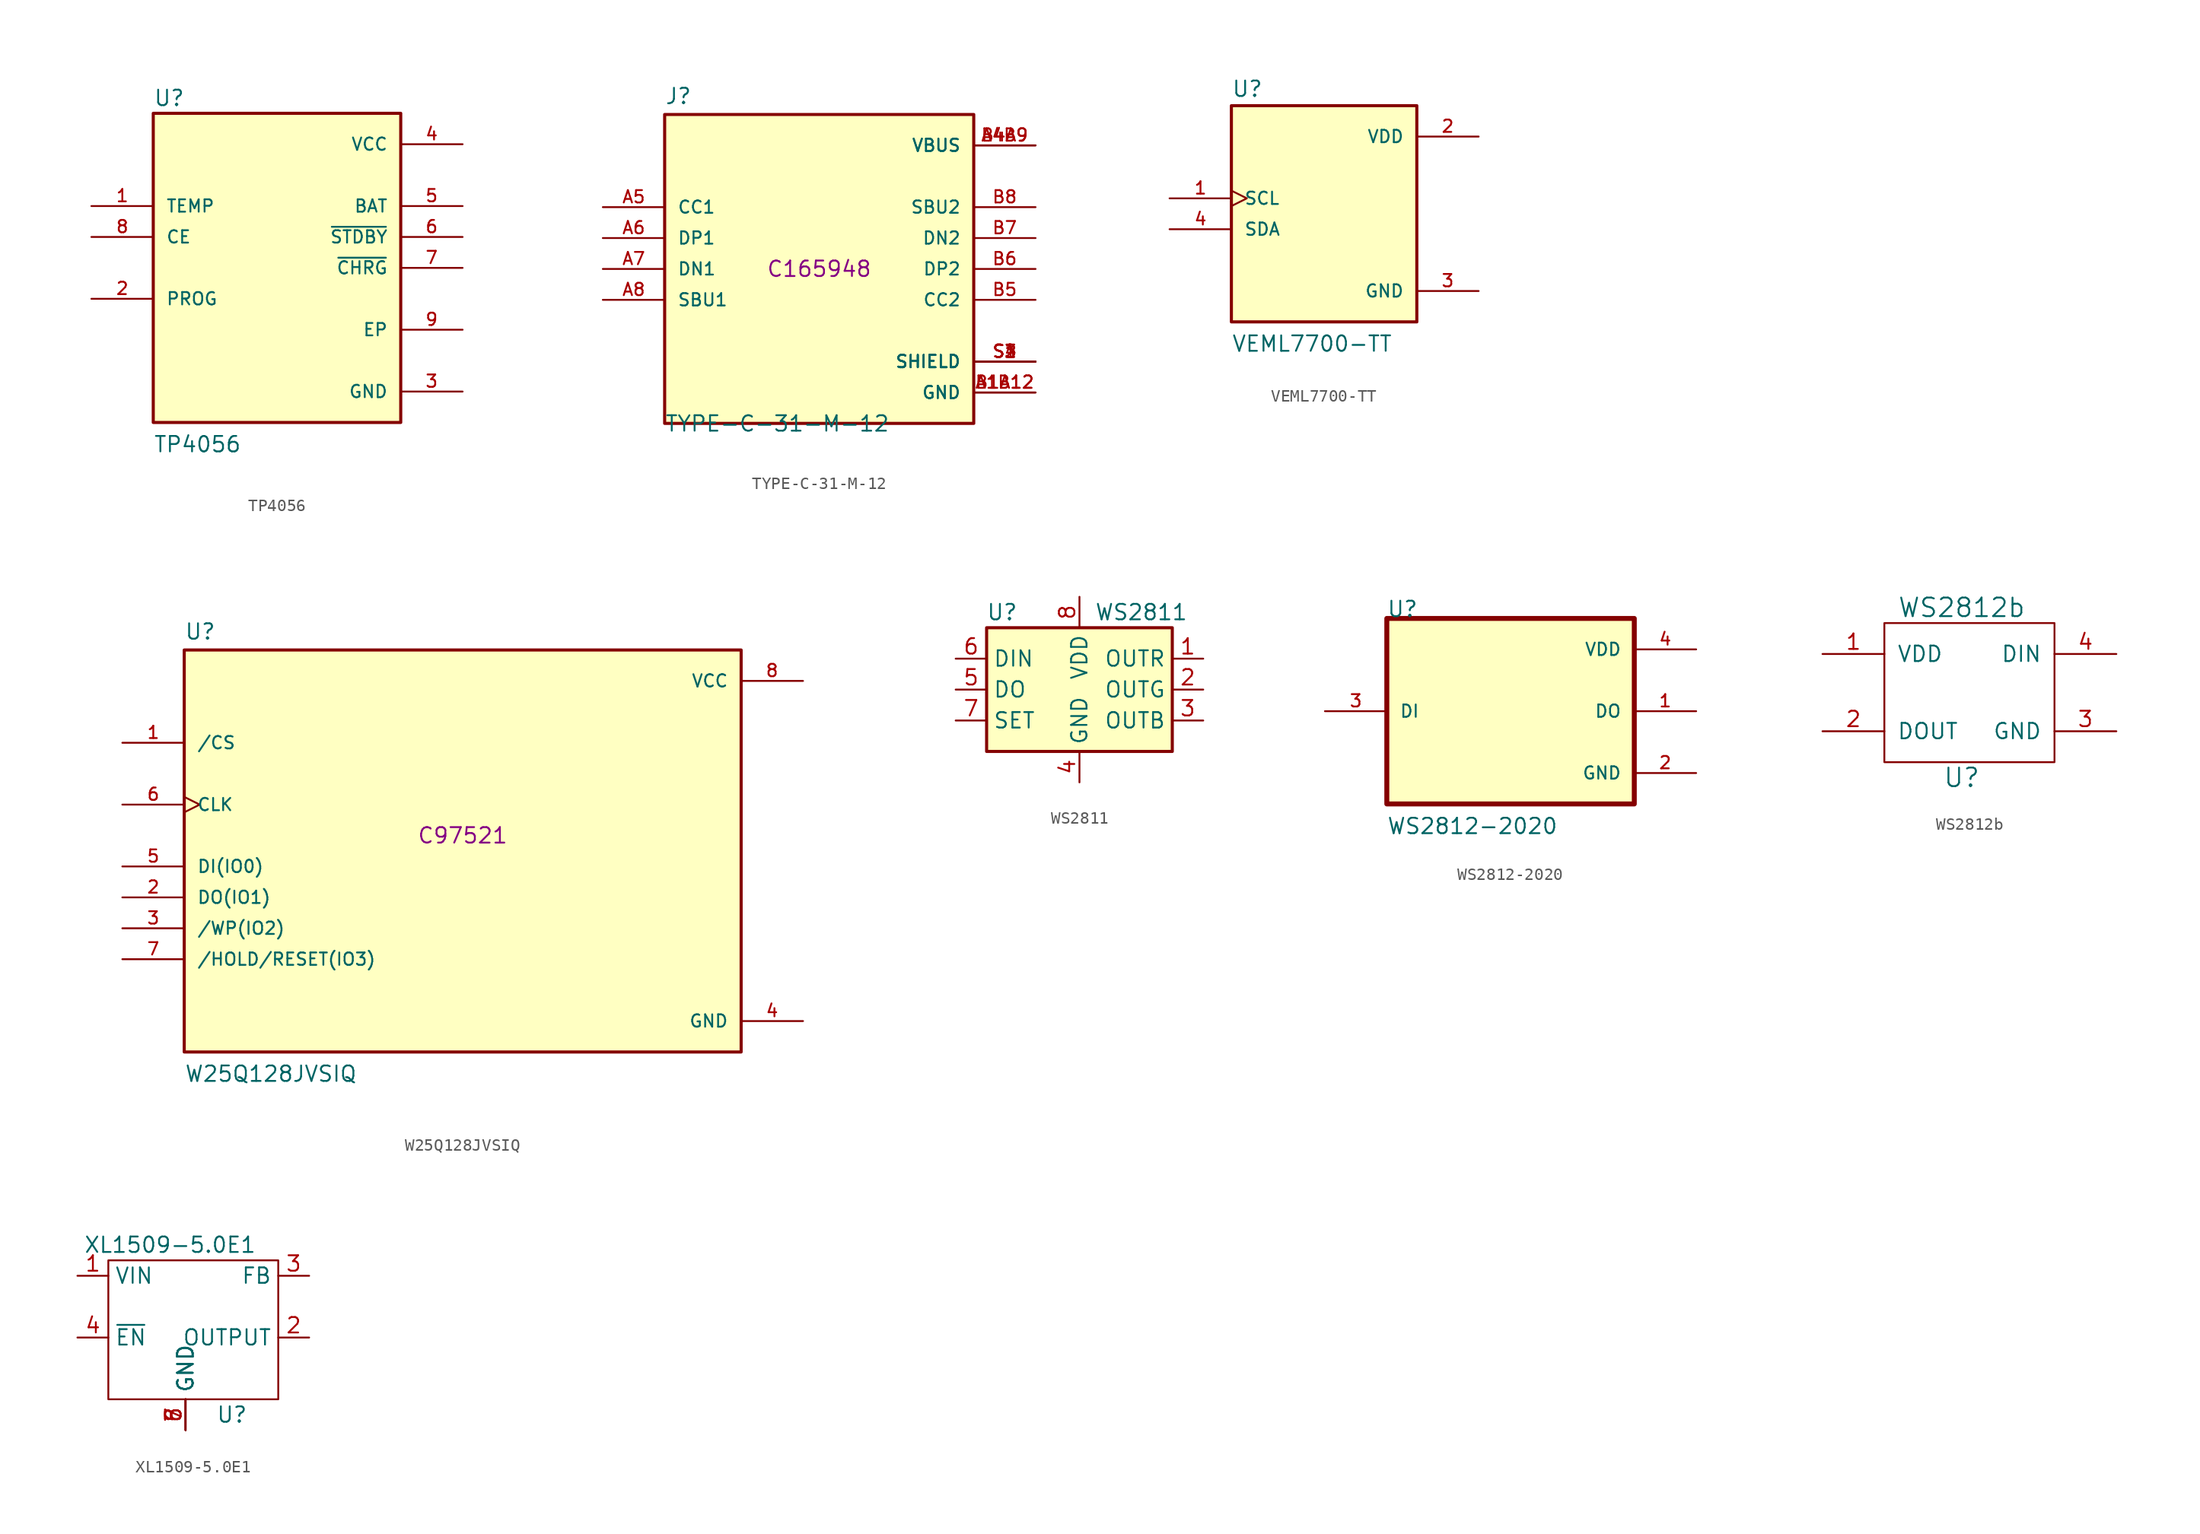
<source format=kicad_sym>
(kicad_symbol_lib
  (version 20231120)
  (generator "kicad_symbol_editor")
  (generator_version "8.0")
  (symbol "TP4056"
    (pin_names
      (offset 1.016))
    (property "Reference" "U"
      (at -10.16 13.208 0)
      (effects (font (size 1.27 1.27)) (justify left bottom)))
    (property "Value" "TP4056"
      (at -10.16 -15.24 0)
      (effects (font (size 1.27 1.27)) (justify left bottom)))
    (symbol "TP4056_0_0"
      (rectangle (start -10.16 -12.7) (end 10.16 12.7) (stroke (width 0.254) (type default)) (fill (type background)))
      (pin bidirectional line (at -15.24 5.08 0) (length 5.08) (name "TEMP" (effects (font (size 1.016 1.016)))) (number "1" (effects (font (size 1.016 1.016)))))
      (pin bidirectional line (at -15.24 -2.54 0) (length 5.08) (name "PROG" (effects (font (size 1.016 1.016)))) (number "2" (effects (font (size 1.016 1.016)))))
      (pin power_in line (at 15.24 -10.16 180) (length 5.08) (name "GND" (effects (font (size 1.016 1.016)))) (number "3" (effects (font (size 1.016 1.016)))))
      (pin power_in line (at 15.24 10.16 180) (length 5.08) (name "VCC" (effects (font (size 1.016 1.016)))) (number "4" (effects (font (size 1.016 1.016)))))
      (pin output line (at 15.24 5.08 180) (length 5.08) (name "BAT" (effects (font (size 1.016 1.016)))) (number "5" (effects (font (size 1.016 1.016)))))
      (pin output line (at 15.24 2.54 180) (length 5.08) (name "~{STDBY}" (effects (font (size 1.016 1.016)))) (number "6" (effects (font (size 1.016 1.016)))))
      (pin output line (at 15.24 0 180) (length 5.08) (name "~{CHRG}" (effects (font (size 1.016 1.016)))) (number "7" (effects (font (size 1.016 1.016)))))
      (pin bidirectional line (at -15.24 2.54 0) (length 5.08) (name "CE" (effects (font (size 1.016 1.016)))) (number "8" (effects (font (size 1.016 1.016)))))
      (pin passive line (at 15.24 -5.08 180) (length 5.08) (name "EP" (effects (font (size 1.016 1.016)))) (number "9" (effects (font (size 1.016 1.016)))))))
  (symbol "TYPE-C-31-M-12"
    (pin_names
      (offset 1.016))
    (property "Reference" "J"
      (at -12.7 13.462 0)
      (effects (font (size 1.27 1.27)) (justify left bottom)))
    (property "Value" "TYPE-C-31-M-12"
      (at -12.7 -13.462 0)
      (effects (font (size 1.27 1.27)) (justify left bottom)))
    (property "LCSC" "C165948"
      (at 0 0 0)
      (effects (font (size 1.27 1.27))))
    (symbol "TYPE-C-31-M-12_0_0"
      (rectangle (start -12.7 -12.7) (end 12.7 12.7) (stroke (width 0.254) (type default)) (fill (type background)))
      (pin power_out line (at 17.78 -10.16 180) (length 5.08) (name "GND" (effects (font (size 1.016 1.016)))) (number "A1B12" (effects (font (size 1.016 1.016)))))
      (pin power_out line (at 17.78 10.16 180) (length 5.08) (name "VBUS" (effects (font (size 1.016 1.016)))) (number "A4B9" (effects (font (size 1.016 1.016)))))
      (pin bidirectional line (at -17.78 5.08 0) (length 5.08) (name "CC1" (effects (font (size 1.016 1.016)))) (number "A5" (effects (font (size 1.016 1.016)))))
      (pin bidirectional line (at -17.78 2.54 0) (length 5.08) (name "DP1" (effects (font (size 1.016 1.016)))) (number "A6" (effects (font (size 1.016 1.016)))))
      (pin bidirectional line (at -17.78 0 0) (length 5.08) (name "DN1" (effects (font (size 1.016 1.016)))) (number "A7" (effects (font (size 1.016 1.016)))))
      (pin bidirectional line (at -17.78 -2.54 0) (length 5.08) (name "SBU1" (effects (font (size 1.016 1.016)))) (number "A8" (effects (font (size 1.016 1.016)))))
      (pin power_out line (at 17.78 -10.16 180) (length 5.08) (name "GND" (effects (font (size 1.016 1.016)))) (number "B1A12" (effects (font (size 1.016 1.016)))))
      (pin power_out line (at 17.78 10.16 180) (length 5.08) (name "VBUS" (effects (font (size 1.016 1.016)))) (number "B4A9" (effects (font (size 1.016 1.016)))))
      (pin bidirectional line (at 17.78 -2.54 180) (length 5.08) (name "CC2" (effects (font (size 1.016 1.016)))) (number "B5" (effects (font (size 1.016 1.016)))))
      (pin bidirectional line (at 17.78 0 180) (length 5.08) (name "DP2" (effects (font (size 1.016 1.016)))) (number "B6" (effects (font (size 1.016 1.016)))))
      (pin bidirectional line (at 17.78 2.54 180) (length 5.08) (name "DN2" (effects (font (size 1.016 1.016)))) (number "B7" (effects (font (size 1.016 1.016)))))
      (pin bidirectional line (at 17.78 5.08 180) (length 5.08) (name "SBU2" (effects (font (size 1.016 1.016)))) (number "B8" (effects (font (size 1.016 1.016)))))
      (pin passive line (at 17.78 -7.62 180) (length 5.08) (name "SHIELD" (effects (font (size 1.016 1.016)))) (number "S1" (effects (font (size 1.016 1.016)))))
      (pin passive line (at 17.78 -7.62 180) (length 5.08) (name "SHIELD" (effects (font (size 1.016 1.016)))) (number "S2" (effects (font (size 1.016 1.016)))))
      (pin passive line (at 17.78 -7.62 180) (length 5.08) (name "SHIELD" (effects (font (size 1.016 1.016)))) (number "S3" (effects (font (size 1.016 1.016)))))
      (pin passive line (at 17.78 -7.62 180) (length 5.08) (name "SHIELD" (effects (font (size 1.016 1.016)))) (number "S4" (effects (font (size 1.016 1.016)))))))
  (symbol "VEML7700-TT"
    (pin_names
      (offset 1.016))
    (property "Reference" "U"
      (at -7.62 10.795 0)
      (effects (font (size 1.27 1.27)) (justify left bottom)))
    (property "Value" "VEML7700-TT"
      (at -7.62 -10.16 0)
      (effects (font (size 1.27 1.27)) (justify left bottom)))
    (symbol "VEML7700-TT_0_0"
      (rectangle (start -7.62 -7.62) (end 7.62 10.16) (stroke (width 0.254) (type solid)) (fill (type background)))
      (pin input clock (at -12.7 2.54 0) (length 5.08) (name "SCL" (effects (font (size 1.016 1.016)))) (number "1" (effects (font (size 1.016 1.016)))))
      (pin power_in line (at 12.7 7.62 180) (length 5.08) (name "VDD" (effects (font (size 1.016 1.016)))) (number "2" (effects (font (size 1.016 1.016)))))
      (pin power_in line (at 12.7 -5.08 180) (length 5.08) (name "GND" (effects (font (size 1.016 1.016)))) (number "3" (effects (font (size 1.016 1.016)))))
      (pin bidirectional line (at -12.7 0 0) (length 5.08) (name "SDA" (effects (font (size 1.016 1.016)))) (number "4" (effects (font (size 1.016 1.016)))))))
  (symbol "W25Q128JVSIQ"
    (pin_names
      (offset 1.016))
    (property "Reference" "U"
      (at -22.86 16.002 0)
      (effects (font (size 1.27 1.27)) (justify left bottom)))
    (property "Value" "W25Q128JVSIQ"
      (at -22.86 -20.32 0)
      (effects (font (size 1.27 1.27)) (justify left bottom)))
    (property "LCSC" "C97521"
      (at 0 0 0)
      (effects (font (size 1.27 1.27))))
    (symbol "W25Q128JVSIQ_0_0"
      (rectangle (start -22.86 -17.78) (end 22.86 15.24) (stroke (width 0.254) (type default)) (fill (type background)))
      (pin input line (at -27.94 7.62 0) (length 5.08) (name "/CS" (effects (font (size 1.016 1.016)))) (number "1" (effects (font (size 1.016 1.016)))))
      (pin bidirectional line (at -27.94 -5.08 0) (length 5.08) (name "DO(IO1)" (effects (font (size 1.016 1.016)))) (number "2" (effects (font (size 1.016 1.016)))))
      (pin bidirectional line (at -27.94 -7.62 0) (length 5.08) (name "/WP(IO2)" (effects (font (size 1.016 1.016)))) (number "3" (effects (font (size 1.016 1.016)))))
      (pin power_in line (at 27.94 -15.24 180) (length 5.08) (name "GND" (effects (font (size 1.016 1.016)))) (number "4" (effects (font (size 1.016 1.016)))))
      (pin bidirectional line (at -27.94 -2.54 0) (length 5.08) (name "DI(IO0)" (effects (font (size 1.016 1.016)))) (number "5" (effects (font (size 1.016 1.016)))))
      (pin input clock (at -27.94 2.54 0) (length 5.08) (name "CLK" (effects (font (size 1.016 1.016)))) (number "6" (effects (font (size 1.016 1.016)))))
      (pin bidirectional line (at -27.94 -10.16 0) (length 5.08) (name "/HOLD/RESET(IO3)" (effects (font (size 1.016 1.016)))) (number "7" (effects (font (size 1.016 1.016)))))
      (pin power_in line (at 27.94 12.7 180) (length 5.08) (name "VCC" (effects (font (size 1.016 1.016)))) (number "8" (effects (font (size 1.016 1.016)))))))
  (symbol "WS2811"
    (property "Reference" "U"
      (at -6.35 6.35 0)
      (effects (font (size 1.27 1.27))))
    (property "Value" "WS2811"
      (at 5.08 6.35 0)
      (effects (font (size 1.27 1.27))))
    (symbol "WS2811_0_1"
      (rectangle (start -7.62 5.08) (end 7.62 -5.08) (stroke (width 0.254) (type default)) (fill (type background))))
    (symbol "WS2811_1_1"
      (pin output line (at 10.16 2.54 180) (length 2.54) (name "OUTR" (effects (font (size 1.27 1.27)))) (number "1" (effects (font (size 1.27 1.27)))))
      (pin output line (at 10.16 0 180) (length 2.54) (name "OUTG" (effects (font (size 1.27 1.27)))) (number "2" (effects (font (size 1.27 1.27)))))
      (pin output line (at 10.16 -2.54 180) (length 2.54) (name "OUTB" (effects (font (size 1.27 1.27)))) (number "3" (effects (font (size 1.27 1.27)))))
      (pin power_in line (at 0 -7.62 90) (length 2.54) (name "GND" (effects (font (size 1.27 1.27)))) (number "4" (effects (font (size 1.27 1.27)))))
      (pin output line (at -10.16 0 0) (length 2.54) (name "DO" (effects (font (size 1.27 1.27)))) (number "5" (effects (font (size 1.27 1.27)))))
      (pin bidirectional line (at -10.16 2.54 0) (length 2.54) (name "DIN" (effects (font (size 1.27 1.27)))) (number "6" (effects (font (size 1.27 1.27)))))
      (pin bidirectional line (at -10.16 -2.54 0) (length 2.54) (name "SET" (effects (font (size 1.27 1.27)))) (number "7" (effects (font (size 1.27 1.27)))))
      (pin power_in line (at 0 7.62 270) (length 2.54) (name "VDD" (effects (font (size 1.27 1.27)))) (number "8" (effects (font (size 1.27 1.27)))))))
  (symbol "WS2812-2020"
    (pin_names
      (offset 1.016))
    (property "Reference" "U"
      (at -10.185 7.645 0)
      (effects (font (size 1.27 1.27)) (justify left bottom)))
    (property "Value" "WS2812-2020"
      (at -10.185 -10.185 0)
      (effects (font (size 1.27 1.27)) (justify left bottom)))
    (property "ki_locked" ""
      (at 0 0 0)
      (effects (font (size 1.27 1.27))))
    (symbol "WS2812-2020_0_0"
      (rectangle (start -10.16 -7.62) (end 10.16 7.62) (stroke (width 0.406) (type default)) (fill (type background)))
      (pin output line (at 15.24 0 180) (length 5.08) (name "DO" (effects (font (size 1.016 1.016)))) (number "1" (effects (font (size 1.016 1.016)))))
      (pin power_in line (at 15.24 -5.08 180) (length 5.08) (name "GND" (effects (font (size 1.016 1.016)))) (number "2" (effects (font (size 1.016 1.016)))))
      (pin bidirectional line (at -15.24 0 0) (length 5.08) (name "DI" (effects (font (size 1.016 1.016)))) (number "3" (effects (font (size 1.016 1.016)))))
      (pin power_in line (at 15.24 5.08 180) (length 5.08) (name "VDD" (effects (font (size 1.016 1.016)))) (number "4" (effects (font (size 1.016 1.016)))))))
  (symbol "WS2812b"
    (pin_names
      (offset 1.016))
    (property "Reference" "U"
      (at -1.27 -7.62 0)
      (effects (font (size 1.524 1.524))))
    (property "Value" "WS2812b"
      (at -1.27 6.35 0)
      (effects (font (size 1.524 1.524))))
    (symbol "WS2812b_0_1"
      (rectangle (start -7.62 5.08) (end 6.35 -6.35) (stroke (width 0) (type default)) (fill (type none))))
    (symbol "WS2812b_1_1"
      (pin power_in line (at -12.7 2.54 0) (length 5.08) (name "VDD" (effects (font (size 1.27 1.27)))) (number "1" (effects (font (size 1.27 1.27)))))
      (pin output line (at -12.7 -3.81 0) (length 5.08) (name "DOUT" (effects (font (size 1.27 1.27)))) (number "2" (effects (font (size 1.27 1.27)))))
      (pin power_in line (at 11.43 -3.81 180) (length 5.08) (name "GND" (effects (font (size 1.27 1.27)))) (number "3" (effects (font (size 1.27 1.27)))))
      (pin bidirectional line (at 11.43 2.54 180) (length 5.08) (name "DIN" (effects (font (size 1.27 1.27)))) (number "4" (effects (font (size 1.27 1.27)))))))
  (symbol "XL1509-5.0E1"
    (property "Reference" "U"
      (at 5.08 -8.89 0)
      (effects (font (size 1.27 1.27))))
    (property "Value" "XL1509-5.0E1"
      (at 0 5.08 0)
      (effects (font (size 1.27 1.27))))
    (symbol "XL1509-5.0E1_0_1"
      (rectangle (start -5.08 3.81) (end 8.89 -7.62) (stroke (width 0.152) (type default)) (fill (type none))))
    (symbol "XL1509-5.0E1_1_1"
      (pin power_in line (at -7.62 2.54 0) (length 2.54) (name "VIN" (effects (font (size 1.27 1.27)))) (number "1" (effects (font (size 1.27 1.27)))))
      (pin input line (at 11.43 -2.54 180) (length 2.54) (name "OUTPUT" (effects (font (size 1.27 1.27)))) (number "2" (effects (font (size 1.27 1.27)))))
      (pin input line (at 11.43 2.54 180) (length 2.54) (name "FB" (effects (font (size 1.27 1.27)))) (number "3" (effects (font (size 1.27 1.27)))))
      (pin input line (at -7.62 -2.54 0) (length 2.54) (name "~{EN}" (effects (font (size 1.27 1.27)))) (number "4" (effects (font (size 1.27 1.27)))))
      (pin power_in line (at 1.27 -10.16 90) (length 2.54) (name "GND" (effects (font (size 1.27 1.27)))) (number "5" (effects (font (size 1.27 1.27)))))
      (pin power_in line (at 1.27 -10.16 90) (length 2.54) (name "GND" (effects (font (size 1.27 1.27)))) (number "6" (effects (font (size 1.27 1.27)))))
      (pin power_in line (at 1.27 -10.16 90) (length 2.54) (name "GND" (effects (font (size 1.27 1.27)))) (number "7" (effects (font (size 1.27 1.27)))))
      (pin power_in line (at 1.27 -10.16 90) (length 2.54) (name "GND" (effects (font (size 1.27 1.27)))) (number "8" (effects (font (size 1.27 1.27))))))))
</source>
